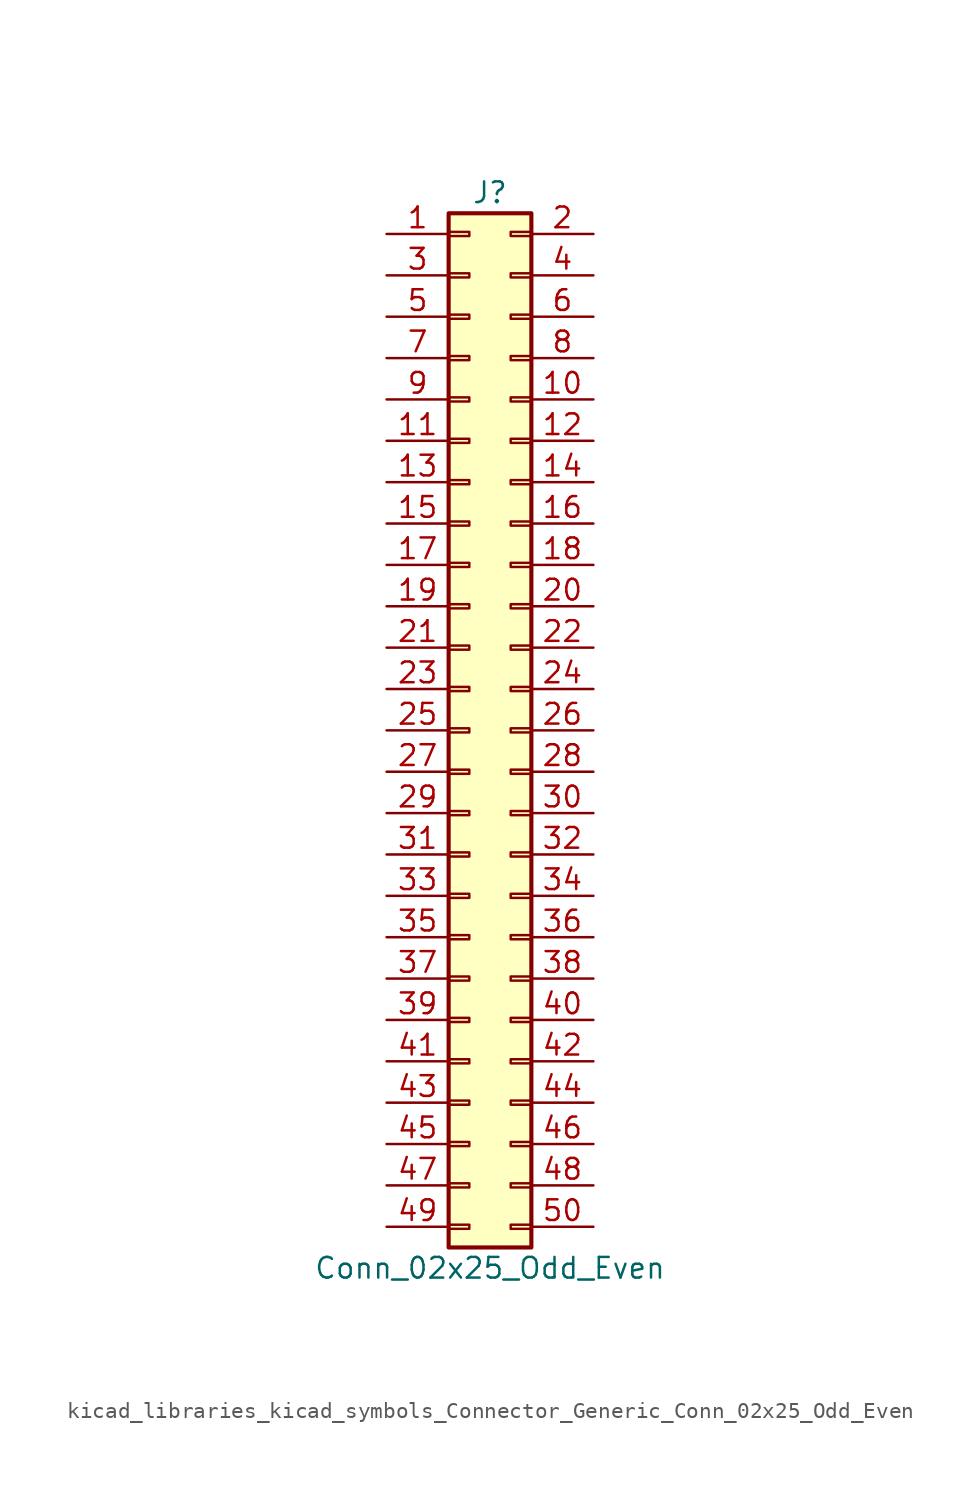
<source format=kicad_sym>
(kicad_symbol_lib
  (version 20220914)
  (generator kicad_symbol_editor)
  (symbol "kicad_libraries_kicad_symbols_Connector_Generic_Conn_02x25_Odd_Even"
    (pin_names
      (offset 1.016) hide)
    (property "Reference" "J"
      (at 1.27 33.02 0)
      (effects (font (size 1.27 1.27))))
    (property "Value" "Conn_02x25_Odd_Even"
      (at 1.27 -33.02 0)
      (effects (font (size 1.27 1.27))))
    (symbol "kicad_libraries_kicad_symbols_Connector_Generic_Conn_02x25_Odd_Even_1_1"
      (rectangle (start -1.27 -30.353) (end 0 -30.607) (stroke (width 0.152) (type default)) (fill (type none)))
      (rectangle (start -1.27 -27.813) (end 0 -28.067) (stroke (width 0.152) (type default)) (fill (type none)))
      (rectangle (start -1.27 -25.273) (end 0 -25.527) (stroke (width 0.152) (type default)) (fill (type none)))
      (rectangle (start -1.27 -22.733) (end 0 -22.987) (stroke (width 0.152) (type default)) (fill (type none)))
      (rectangle (start -1.27 -20.193) (end 0 -20.447) (stroke (width 0.152) (type default)) (fill (type none)))
      (rectangle (start -1.27 -17.653) (end 0 -17.907) (stroke (width 0.152) (type default)) (fill (type none)))
      (rectangle (start -1.27 -15.113) (end 0 -15.367) (stroke (width 0.152) (type default)) (fill (type none)))
      (rectangle (start -1.27 -12.573) (end 0 -12.827) (stroke (width 0.152) (type default)) (fill (type none)))
      (rectangle (start -1.27 -10.033) (end 0 -10.287) (stroke (width 0.152) (type default)) (fill (type none)))
      (rectangle (start -1.27 -7.493) (end 0 -7.747) (stroke (width 0.152) (type default)) (fill (type none)))
      (rectangle (start -1.27 -4.953) (end 0 -5.207) (stroke (width 0.152) (type default)) (fill (type none)))
      (rectangle (start -1.27 -2.413) (end 0 -2.667) (stroke (width 0.152) (type default)) (fill (type none)))
      (rectangle (start -1.27 0.127) (end 0 -0.127) (stroke (width 0.152) (type default)) (fill (type none)))
      (rectangle (start -1.27 2.667) (end 0 2.413) (stroke (width 0.152) (type default)) (fill (type none)))
      (rectangle (start -1.27 5.207) (end 0 4.953) (stroke (width 0.152) (type default)) (fill (type none)))
      (rectangle (start -1.27 7.747) (end 0 7.493) (stroke (width 0.152) (type default)) (fill (type none)))
      (rectangle (start -1.27 10.287) (end 0 10.033) (stroke (width 0.152) (type default)) (fill (type none)))
      (rectangle (start -1.27 12.827) (end 0 12.573) (stroke (width 0.152) (type default)) (fill (type none)))
      (rectangle (start -1.27 15.367) (end 0 15.113) (stroke (width 0.152) (type default)) (fill (type none)))
      (rectangle (start -1.27 17.907) (end 0 17.653) (stroke (width 0.152) (type default)) (fill (type none)))
      (rectangle (start -1.27 20.447) (end 0 20.193) (stroke (width 0.152) (type default)) (fill (type none)))
      (rectangle (start -1.27 22.987) (end 0 22.733) (stroke (width 0.152) (type default)) (fill (type none)))
      (rectangle (start -1.27 25.527) (end 0 25.273) (stroke (width 0.152) (type default)) (fill (type none)))
      (rectangle (start -1.27 28.067) (end 0 27.813) (stroke (width 0.152) (type default)) (fill (type none)))
      (rectangle (start -1.27 30.607) (end 0 30.353) (stroke (width 0.152) (type default)) (fill (type none)))
      (rectangle (start -1.27 31.75) (end 3.81 -31.75) (stroke (width 0.254) (type default)) (fill (type background)))
      (rectangle (start 3.81 -30.353) (end 2.54 -30.607) (stroke (width 0.152) (type default)) (fill (type none)))
      (rectangle (start 3.81 -27.813) (end 2.54 -28.067) (stroke (width 0.152) (type default)) (fill (type none)))
      (rectangle (start 3.81 -25.273) (end 2.54 -25.527) (stroke (width 0.152) (type default)) (fill (type none)))
      (rectangle (start 3.81 -22.733) (end 2.54 -22.987) (stroke (width 0.152) (type default)) (fill (type none)))
      (rectangle (start 3.81 -20.193) (end 2.54 -20.447) (stroke (width 0.152) (type default)) (fill (type none)))
      (rectangle (start 3.81 -17.653) (end 2.54 -17.907) (stroke (width 0.152) (type default)) (fill (type none)))
      (rectangle (start 3.81 -15.113) (end 2.54 -15.367) (stroke (width 0.152) (type default)) (fill (type none)))
      (rectangle (start 3.81 -12.573) (end 2.54 -12.827) (stroke (width 0.152) (type default)) (fill (type none)))
      (rectangle (start 3.81 -10.033) (end 2.54 -10.287) (stroke (width 0.152) (type default)) (fill (type none)))
      (rectangle (start 3.81 -7.493) (end 2.54 -7.747) (stroke (width 0.152) (type default)) (fill (type none)))
      (rectangle (start 3.81 -4.953) (end 2.54 -5.207) (stroke (width 0.152) (type default)) (fill (type none)))
      (rectangle (start 3.81 -2.413) (end 2.54 -2.667) (stroke (width 0.152) (type default)) (fill (type none)))
      (rectangle (start 3.81 0.127) (end 2.54 -0.127) (stroke (width 0.152) (type default)) (fill (type none)))
      (rectangle (start 3.81 2.667) (end 2.54 2.413) (stroke (width 0.152) (type default)) (fill (type none)))
      (rectangle (start 3.81 5.207) (end 2.54 4.953) (stroke (width 0.152) (type default)) (fill (type none)))
      (rectangle (start 3.81 7.747) (end 2.54 7.493) (stroke (width 0.152) (type default)) (fill (type none)))
      (rectangle (start 3.81 10.287) (end 2.54 10.033) (stroke (width 0.152) (type default)) (fill (type none)))
      (rectangle (start 3.81 12.827) (end 2.54 12.573) (stroke (width 0.152) (type default)) (fill (type none)))
      (rectangle (start 3.81 15.367) (end 2.54 15.113) (stroke (width 0.152) (type default)) (fill (type none)))
      (rectangle (start 3.81 17.907) (end 2.54 17.653) (stroke (width 0.152) (type default)) (fill (type none)))
      (rectangle (start 3.81 20.447) (end 2.54 20.193) (stroke (width 0.152) (type default)) (fill (type none)))
      (rectangle (start 3.81 22.987) (end 2.54 22.733) (stroke (width 0.152) (type default)) (fill (type none)))
      (rectangle (start 3.81 25.527) (end 2.54 25.273) (stroke (width 0.152) (type default)) (fill (type none)))
      (rectangle (start 3.81 28.067) (end 2.54 27.813) (stroke (width 0.152) (type default)) (fill (type none)))
      (rectangle (start 3.81 30.607) (end 2.54 30.353) (stroke (width 0.152) (type default)) (fill (type none)))
      (pin passive line (at -5.08 30.48 0) (length 3.81) (name "Pin_1" (effects (font (size 1.27 1.27)))) (number "1" (effects (font (size 1.27 1.27)))))
      (pin passive line (at 7.62 20.32 180) (length 3.81) (name "Pin_10" (effects (font (size 1.27 1.27)))) (number "10" (effects (font (size 1.27 1.27)))))
      (pin passive line (at -5.08 17.78 0) (length 3.81) (name "Pin_11" (effects (font (size 1.27 1.27)))) (number "11" (effects (font (size 1.27 1.27)))))
      (pin passive line (at 7.62 17.78 180) (length 3.81) (name "Pin_12" (effects (font (size 1.27 1.27)))) (number "12" (effects (font (size 1.27 1.27)))))
      (pin passive line (at -5.08 15.24 0) (length 3.81) (name "Pin_13" (effects (font (size 1.27 1.27)))) (number "13" (effects (font (size 1.27 1.27)))))
      (pin passive line (at 7.62 15.24 180) (length 3.81) (name "Pin_14" (effects (font (size 1.27 1.27)))) (number "14" (effects (font (size 1.27 1.27)))))
      (pin passive line (at -5.08 12.7 0) (length 3.81) (name "Pin_15" (effects (font (size 1.27 1.27)))) (number "15" (effects (font (size 1.27 1.27)))))
      (pin passive line (at 7.62 12.7 180) (length 3.81) (name "Pin_16" (effects (font (size 1.27 1.27)))) (number "16" (effects (font (size 1.27 1.27)))))
      (pin passive line (at -5.08 10.16 0) (length 3.81) (name "Pin_17" (effects (font (size 1.27 1.27)))) (number "17" (effects (font (size 1.27 1.27)))))
      (pin passive line (at 7.62 10.16 180) (length 3.81) (name "Pin_18" (effects (font (size 1.27 1.27)))) (number "18" (effects (font (size 1.27 1.27)))))
      (pin passive line (at -5.08 7.62 0) (length 3.81) (name "Pin_19" (effects (font (size 1.27 1.27)))) (number "19" (effects (font (size 1.27 1.27)))))
      (pin passive line (at 7.62 30.48 180) (length 3.81) (name "Pin_2" (effects (font (size 1.27 1.27)))) (number "2" (effects (font (size 1.27 1.27)))))
      (pin passive line (at 7.62 7.62 180) (length 3.81) (name "Pin_20" (effects (font (size 1.27 1.27)))) (number "20" (effects (font (size 1.27 1.27)))))
      (pin passive line (at -5.08 5.08 0) (length 3.81) (name "Pin_21" (effects (font (size 1.27 1.27)))) (number "21" (effects (font (size 1.27 1.27)))))
      (pin passive line (at 7.62 5.08 180) (length 3.81) (name "Pin_22" (effects (font (size 1.27 1.27)))) (number "22" (effects (font (size 1.27 1.27)))))
      (pin passive line (at -5.08 2.54 0) (length 3.81) (name "Pin_23" (effects (font (size 1.27 1.27)))) (number "23" (effects (font (size 1.27 1.27)))))
      (pin passive line (at 7.62 2.54 180) (length 3.81) (name "Pin_24" (effects (font (size 1.27 1.27)))) (number "24" (effects (font (size 1.27 1.27)))))
      (pin passive line (at -5.08 0 0) (length 3.81) (name "Pin_25" (effects (font (size 1.27 1.27)))) (number "25" (effects (font (size 1.27 1.27)))))
      (pin passive line (at 7.62 0 180) (length 3.81) (name "Pin_26" (effects (font (size 1.27 1.27)))) (number "26" (effects (font (size 1.27 1.27)))))
      (pin passive line (at -5.08 -2.54 0) (length 3.81) (name "Pin_27" (effects (font (size 1.27 1.27)))) (number "27" (effects (font (size 1.27 1.27)))))
      (pin passive line (at 7.62 -2.54 180) (length 3.81) (name "Pin_28" (effects (font (size 1.27 1.27)))) (number "28" (effects (font (size 1.27 1.27)))))
      (pin passive line (at -5.08 -5.08 0) (length 3.81) (name "Pin_29" (effects (font (size 1.27 1.27)))) (number "29" (effects (font (size 1.27 1.27)))))
      (pin passive line (at -5.08 27.94 0) (length 3.81) (name "Pin_3" (effects (font (size 1.27 1.27)))) (number "3" (effects (font (size 1.27 1.27)))))
      (pin passive line (at 7.62 -5.08 180) (length 3.81) (name "Pin_30" (effects (font (size 1.27 1.27)))) (number "30" (effects (font (size 1.27 1.27)))))
      (pin passive line (at -5.08 -7.62 0) (length 3.81) (name "Pin_31" (effects (font (size 1.27 1.27)))) (number "31" (effects (font (size 1.27 1.27)))))
      (pin passive line (at 7.62 -7.62 180) (length 3.81) (name "Pin_32" (effects (font (size 1.27 1.27)))) (number "32" (effects (font (size 1.27 1.27)))))
      (pin passive line (at -5.08 -10.16 0) (length 3.81) (name "Pin_33" (effects (font (size 1.27 1.27)))) (number "33" (effects (font (size 1.27 1.27)))))
      (pin passive line (at 7.62 -10.16 180) (length 3.81) (name "Pin_34" (effects (font (size 1.27 1.27)))) (number "34" (effects (font (size 1.27 1.27)))))
      (pin passive line (at -5.08 -12.7 0) (length 3.81) (name "Pin_35" (effects (font (size 1.27 1.27)))) (number "35" (effects (font (size 1.27 1.27)))))
      (pin passive line (at 7.62 -12.7 180) (length 3.81) (name "Pin_36" (effects (font (size 1.27 1.27)))) (number "36" (effects (font (size 1.27 1.27)))))
      (pin passive line (at -5.08 -15.24 0) (length 3.81) (name "Pin_37" (effects (font (size 1.27 1.27)))) (number "37" (effects (font (size 1.27 1.27)))))
      (pin passive line (at 7.62 -15.24 180) (length 3.81) (name "Pin_38" (effects (font (size 1.27 1.27)))) (number "38" (effects (font (size 1.27 1.27)))))
      (pin passive line (at -5.08 -17.78 0) (length 3.81) (name "Pin_39" (effects (font (size 1.27 1.27)))) (number "39" (effects (font (size 1.27 1.27)))))
      (pin passive line (at 7.62 27.94 180) (length 3.81) (name "Pin_4" (effects (font (size 1.27 1.27)))) (number "4" (effects (font (size 1.27 1.27)))))
      (pin passive line (at 7.62 -17.78 180) (length 3.81) (name "Pin_40" (effects (font (size 1.27 1.27)))) (number "40" (effects (font (size 1.27 1.27)))))
      (pin passive line (at -5.08 -20.32 0) (length 3.81) (name "Pin_41" (effects (font (size 1.27 1.27)))) (number "41" (effects (font (size 1.27 1.27)))))
      (pin passive line (at 7.62 -20.32 180) (length 3.81) (name "Pin_42" (effects (font (size 1.27 1.27)))) (number "42" (effects (font (size 1.27 1.27)))))
      (pin passive line (at -5.08 -22.86 0) (length 3.81) (name "Pin_43" (effects (font (size 1.27 1.27)))) (number "43" (effects (font (size 1.27 1.27)))))
      (pin passive line (at 7.62 -22.86 180) (length 3.81) (name "Pin_44" (effects (font (size 1.27 1.27)))) (number "44" (effects (font (size 1.27 1.27)))))
      (pin passive line (at -5.08 -25.4 0) (length 3.81) (name "Pin_45" (effects (font (size 1.27 1.27)))) (number "45" (effects (font (size 1.27 1.27)))))
      (pin passive line (at 7.62 -25.4 180) (length 3.81) (name "Pin_46" (effects (font (size 1.27 1.27)))) (number "46" (effects (font (size 1.27 1.27)))))
      (pin passive line (at -5.08 -27.94 0) (length 3.81) (name "Pin_47" (effects (font (size 1.27 1.27)))) (number "47" (effects (font (size 1.27 1.27)))))
      (pin passive line (at 7.62 -27.94 180) (length 3.81) (name "Pin_48" (effects (font (size 1.27 1.27)))) (number "48" (effects (font (size 1.27 1.27)))))
      (pin passive line (at -5.08 -30.48 0) (length 3.81) (name "Pin_49" (effects (font (size 1.27 1.27)))) (number "49" (effects (font (size 1.27 1.27)))))
      (pin passive line (at -5.08 25.4 0) (length 3.81) (name "Pin_5" (effects (font (size 1.27 1.27)))) (number "5" (effects (font (size 1.27 1.27)))))
      (pin passive line (at 7.62 -30.48 180) (length 3.81) (name "Pin_50" (effects (font (size 1.27 1.27)))) (number "50" (effects (font (size 1.27 1.27)))))
      (pin passive line (at 7.62 25.4 180) (length 3.81) (name "Pin_6" (effects (font (size 1.27 1.27)))) (number "6" (effects (font (size 1.27 1.27)))))
      (pin passive line (at -5.08 22.86 0) (length 3.81) (name "Pin_7" (effects (font (size 1.27 1.27)))) (number "7" (effects (font (size 1.27 1.27)))))
      (pin passive line (at 7.62 22.86 180) (length 3.81) (name "Pin_8" (effects (font (size 1.27 1.27)))) (number "8" (effects (font (size 1.27 1.27)))))
      (pin passive line (at -5.08 20.32 0) (length 3.81) (name "Pin_9" (effects (font (size 1.27 1.27)))) (number "9" (effects (font (size 1.27 1.27))))))))
</source>
